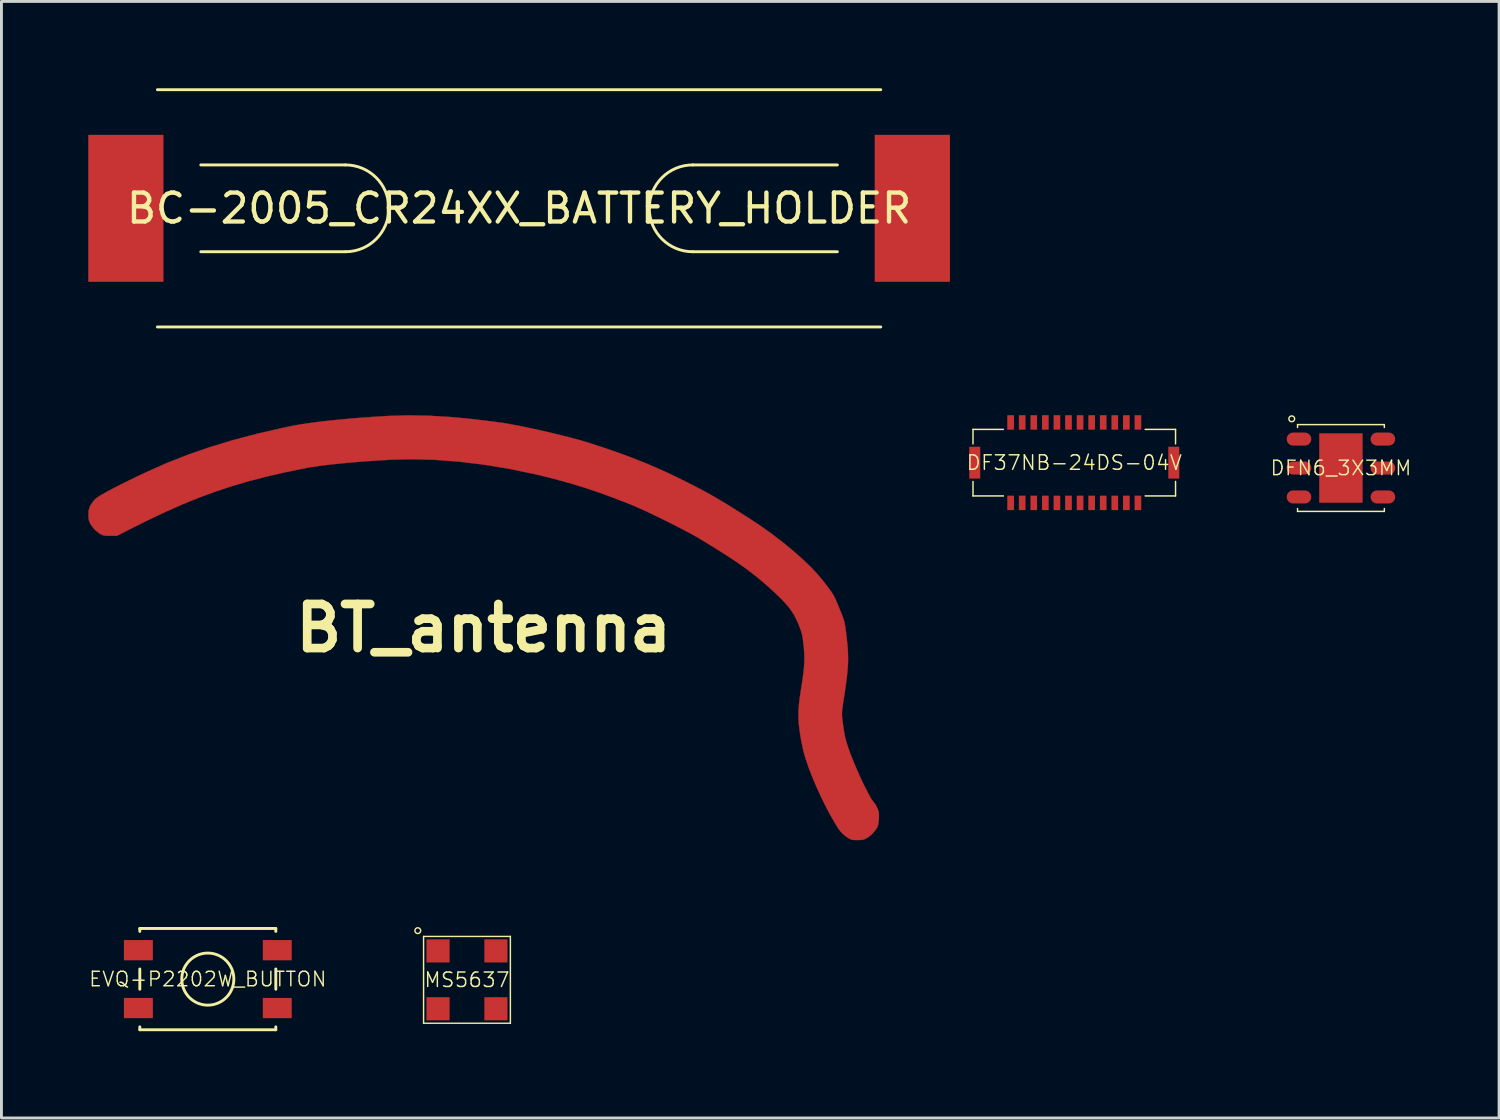
<source format=kicad_pcb>
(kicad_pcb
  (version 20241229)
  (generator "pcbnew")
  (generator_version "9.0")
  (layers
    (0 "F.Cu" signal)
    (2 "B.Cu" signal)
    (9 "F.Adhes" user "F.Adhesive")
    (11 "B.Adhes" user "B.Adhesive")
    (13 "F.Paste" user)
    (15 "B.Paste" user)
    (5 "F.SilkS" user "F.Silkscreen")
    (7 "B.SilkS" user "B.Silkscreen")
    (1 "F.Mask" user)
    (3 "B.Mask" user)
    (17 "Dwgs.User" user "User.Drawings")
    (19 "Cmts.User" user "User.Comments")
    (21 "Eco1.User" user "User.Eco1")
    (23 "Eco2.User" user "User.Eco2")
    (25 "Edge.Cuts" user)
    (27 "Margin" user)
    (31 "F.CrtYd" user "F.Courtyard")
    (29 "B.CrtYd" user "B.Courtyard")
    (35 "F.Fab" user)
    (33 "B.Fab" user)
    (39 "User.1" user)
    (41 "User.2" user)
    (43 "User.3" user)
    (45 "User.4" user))
  (footprint "DF37NB-24DS-04V"
    (layer "F.Cu")
    (at 34.078 12.94)
    (property "Reference" "DF37NB-24DS-04V" (at 0 0 0) (layer "F.SilkS") (effects (font (size 0.5 0.5) (thickness 0.05))))
    (attr smd)
    (fp_line (start -3.5 -1.15) (end -3.5 -0.65) (stroke (width 0.05) (type solid)) (layer "F.SilkS"))
    (fp_line (start -3.5 -1.15) (end -2.45 -1.15) (stroke (width 0.05) (type solid)) (layer "F.SilkS"))
    (fp_line (start -3.5 1.15) (end -3.5 0.65) (stroke (width 0.05) (type solid)) (layer "F.SilkS"))
    (fp_line (start -3.5 1.15) (end -2.45 1.15) (stroke (width 0.05) (type solid)) (layer "F.SilkS"))
    (fp_line (start 3.5 -1.15) (end 2.45 -1.15) (stroke (width 0.05) (type solid)) (layer "F.SilkS"))
    (fp_line (start 3.5 -1.15) (end 3.5 -0.65) (stroke (width 0.05) (type solid)) (layer "F.SilkS"))
    (fp_line (start 3.5 0.65) (end 3.5 1.15) (stroke (width 0.05) (type solid)) (layer "F.SilkS"))
    (fp_line (start 3.5 1.15) (end 2.45 1.15) (stroke (width 0.05) (type solid)) (layer "F.SilkS"))
    (pad "1" smd rect (at -2.2 1.39) (size 0.23 0.5) (layers "F.Cu" "F.Mask" "F.Paste"))
    (pad "2" smd rect (at -1.8 1.39) (size 0.23 0.5) (layers "F.Cu" "F.Mask" "F.Paste"))
    (pad "3" smd rect (at -1.4 1.39) (size 0.23 0.5) (layers "F.Cu" "F.Mask" "F.Paste"))
    (pad "4" smd rect (at -1 1.39) (size 0.23 0.5) (layers "F.Cu" "F.Mask" "F.Paste"))
    (pad "5" smd rect (at -0.6 1.39) (size 0.23 0.5) (layers "F.Cu" "F.Mask" "F.Paste"))
    (pad "6" smd rect (at -0.2 1.39) (size 0.23 0.5) (layers "F.Cu" "F.Mask" "F.Paste"))
    (pad "7" smd rect (at 0.2 1.39) (size 0.23 0.5) (layers "F.Cu" "F.Mask" "F.Paste"))
    (pad "8" smd rect (at 0.6 1.39) (size 0.23 0.5) (layers "F.Cu" "F.Mask" "F.Paste"))
    (pad "9" smd rect (at 1 1.39) (size 0.23 0.5) (layers "F.Cu" "F.Mask" "F.Paste"))
    (pad "10" smd rect (at 1.4 1.39) (size 0.23 0.5) (layers "F.Cu" "F.Mask" "F.Paste"))
    (pad "11" smd rect (at 1.8 1.39) (size 0.23 0.5) (layers "F.Cu" "F.Mask" "F.Paste"))
    (pad "12" smd rect (at 2.2 1.39) (size 0.23 0.5) (layers "F.Cu" "F.Mask" "F.Paste"))
    (pad "13" smd rect (at 2.2 -1.39) (size 0.23 0.5) (layers "F.Cu" "F.Mask" "F.Paste"))
    (pad "14" smd rect (at 1.8 -1.39) (size 0.23 0.5) (layers "F.Cu" "F.Mask" "F.Paste"))
    (pad "15" smd rect (at 1.4 -1.39) (size 0.23 0.5) (layers "F.Cu" "F.Mask" "F.Paste"))
    (pad "16" smd rect (at 1 -1.39) (size 0.23 0.5) (layers "F.Cu" "F.Mask" "F.Paste"))
    (pad "17" smd rect (at 0.6 -1.39) (size 0.23 0.5) (layers "F.Cu" "F.Mask" "F.Paste"))
    (pad "18" smd rect (at 0.2 -1.39) (size 0.23 0.5) (layers "F.Cu" "F.Mask" "F.Paste"))
    (pad "19" smd rect (at -0.2 -1.39) (size 0.23 0.5) (layers "F.Cu" "F.Mask" "F.Paste"))
    (pad "20" smd rect (at -0.6 -1.39) (size 0.23 0.5) (layers "F.Cu" "F.Mask" "F.Paste"))
    (pad "21" smd rect (at -1 -1.39) (size 0.23 0.5) (layers "F.Cu" "F.Mask" "F.Paste"))
    (pad "22" smd rect (at -1.4 -1.39) (size 0.23 0.5) (layers "F.Cu" "F.Mask" "F.Paste"))
    (pad "23" smd rect (at -1.8 -1.39) (size 0.23 0.5) (layers "F.Cu" "F.Mask" "F.Paste"))
    (pad "24" smd rect (at -2.2 -1.39) (size 0.23 0.5) (layers "F.Cu" "F.Mask" "F.Paste"))
    (pad "25" smd rect (at 3.44 0) (size 0.38 1.1) (layers "F.Cu" "F.Mask" "F.Paste"))
    (pad "26" smd rect (at -3.44 0) (size 0.38 1.1) (layers "F.Cu" "F.Mask" "F.Paste")))
  (footprint "BC-2005_CR24XX_BATTERY_HOLDER"
    (layer "F.Cu")
    (at 14.89 4.15)
    (property "Reference" "BC-2005_CR24XX_BATTERY_HOLDER" (at 0 0 0) (layer "F.SilkS") (effects (font (size 1 1) (thickness 0.15))))
    (attr smd)
    (fp_line (start -12.5 -4.1) (end 12.5 -4.1) (stroke (width 0.1) (type solid)) (layer "F.SilkS"))
    (fp_line (start -11 -1.5) (end -6 -1.5) (stroke (width 0.1) (type solid)) (layer "F.SilkS"))
    (fp_line (start -11 1.5) (end -6 1.5) (stroke (width 0.1) (type solid)) (layer "F.SilkS"))
    (fp_line (start 11 -1.5) (end 6 -1.5) (stroke (width 0.1) (type solid)) (layer "F.SilkS"))
    (fp_line (start 11 1.5) (end 6 1.5) (stroke (width 0.1) (type solid)) (layer "F.SilkS"))
    (fp_line (start 12.5 4.1) (end -12.5 4.1) (stroke (width 0.1) (type solid)) (layer "F.SilkS"))
    (fp_arc (start -6 -1.5) (mid -4.93934 -1.06066) (end -4.5 0) (stroke (width 0.1) (type solid)) (layer "F.SilkS"))
    (fp_arc (start -4.5 0) (mid -4.93934 1.06066) (end -6 1.5) (stroke (width 0.1) (type solid)) (layer "F.SilkS"))
    (fp_arc (start 4.5 0) (mid 4.93934 -1.06066) (end 6 -1.5) (stroke (width 0.1) (type solid)) (layer "F.SilkS"))
    (fp_arc (start 6 1.5) (mid 4.93934 1.06066) (end 4.5 0) (stroke (width 0.1) (type solid)) (layer "F.SilkS"))
    (pad "1" smd rect (at -13.59 0) (size 2.6 5.08) (layers "F.Cu" "F.Mask" "F.Paste"))
    (pad "1" smd rect (at 13.59 0) (size 2.6 5.08) (layers "F.Cu" "F.Mask" "F.Paste")))
  (footprint "EVQ-P2202W_BUTTON"
    (layer "F.Cu")
    (at 4.132 30.789)
    (property "Reference" "EVQ-P2202W_BUTTON" (at 0 0 0) (layer "F.SilkS") (effects (font (size 0.5 0.5) (thickness 0.05))))
    (attr smd)
    (fp_line (start -2.35 -1.75) (end -2.35 -1.65) (stroke (width 0.1) (type solid)) (layer "F.SilkS"))
    (fp_line (start -2.35 -0.35) (end -2.35 0.35) (stroke (width 0.1) (type solid)) (layer "F.SilkS"))
    (fp_line (start -2.35 1.65) (end -2.35 1.75) (stroke (width 0.1) (type solid)) (layer "F.SilkS"))
    (fp_line (start -2.35 1.75) (end 2.35 1.75) (stroke (width 0.1) (type solid)) (layer "F.SilkS"))
    (fp_line (start 2.35 -1.75) (end -2.35 -1.75) (stroke (width 0.1) (type solid)) (layer "F.SilkS"))
    (fp_line (start 2.35 -1.75) (end 2.35 -1.65) (stroke (width 0.1) (type solid)) (layer "F.SilkS"))
    (fp_line (start 2.35 -0.35) (end 2.35 0.35) (stroke (width 0.1) (type solid)) (layer "F.SilkS"))
    (fp_line (start 2.35 1.75) (end 2.35 1.65) (stroke (width 0.1) (type solid)) (layer "F.SilkS"))
    (fp_circle (center 0 0) (end 0.9 0) (stroke (width 0.1) (type solid)) (fill no) (layer "F.SilkS"))
    (pad "1" smd rect (at -2.4 -1) (size 1 0.7) (layers "F.Cu" "F.Mask" "F.Paste"))
    (pad "1" smd rect (at 2.4 -1) (size 1 0.7) (layers "F.Cu" "F.Mask" "F.Paste"))
    (pad "2" smd rect (at -2.4 1) (size 1 0.7) (layers "F.Cu" "F.Mask" "F.Paste"))
    (pad "2" smd rect (at 2.4 1) (size 1 0.7) (layers "F.Cu" "F.Mask" "F.Paste")))
  (footprint "MS5637"
    (layer "F.Cu")
    (at 13.089 30.814)
    (property "Reference" "MS5637" (at 0 0 0) (layer "F.SilkS") (effects (font (size 0.5 0.5) (thickness 0.05))))
    (attr smd)
    (fp_line (start -1.5 -1.5) (end 1.5 -1.5) (stroke (width 0.05) (type solid)) (layer "F.SilkS"))
    (fp_line (start -1.5 1.5) (end -1.5 -1.5) (stroke (width 0.05) (type solid)) (layer "F.SilkS"))
    (fp_line (start 1.5 -1.5) (end 1.5 1.5) (stroke (width 0.05) (type solid)) (layer "F.SilkS"))
    (fp_line (start 1.5 1.5) (end -1.5 1.5) (stroke (width 0.05) (type solid)) (layer "F.SilkS"))
    (fp_circle (center -1.7 -1.7) (end -1.7 -1.6) (stroke (width 0.05) (type solid)) (fill no) (layer "F.SilkS"))
    (pad "1" smd rect (at -1 -1) (size 0.8 0.8) (layers "F.Cu" "F.Mask" "F.Paste"))
    (pad "2" smd rect (at -1 1) (size 0.8 0.8) (layers "F.Cu" "F.Mask" "F.Paste"))
    (pad "3" smd rect (at 1 1) (size 0.8 0.8) (layers "F.Cu" "F.Mask" "F.Paste"))
    (pad "4" smd rect (at 1 -1) (size 0.8 0.8) (layers "F.Cu" "F.Mask" "F.Paste")))
  (footprint "BT_antenna"
    (layer "F.Cu")
    (at 13.664 18.658)
    (property "Reference" "BT_antenna" (at 0 0 0) (layer "F.SilkS") (effects (font (size 1.524 1.524) (thickness 0.3))))
    (attr through_hole)
    (fp_poly (pts (xy -1.915 -7.341) (xy -1.2 -7.3) (xy -0.438 -7.23) (xy 0.372 -7.132) (xy 0.657 -7.093) (xy 0.866 -7.059) (xy 1.118 -7.012) (xy 1.404 -6.955) (xy 1.713 -6.889) (xy 2.035 -6.818) (xy 2.359 -6.743) (xy 2.676 -6.666) (xy 2.974 -6.591) (xy 3.245 -6.519) (xy 3.477 -6.453) (xy 3.588 -6.419) (xy 4.147 -6.237) (xy 4.662 -6.059) (xy 5.142 -5.882) (xy 5.598 -5.701) (xy 6.04 -5.512) (xy 6.479 -5.311) (xy 6.926 -5.093) (xy 7.02 -5.046) (xy 7.25 -4.929) (xy 7.456 -4.822) (xy 7.646 -4.721) (xy 7.828 -4.621) (xy 8.01 -4.517) (xy 8.2 -4.405) (xy 8.406 -4.28) (xy 8.636 -4.137) (xy 8.898 -3.972) (xy 9.151 -3.812) (xy 9.544 -3.552) (xy 9.928 -3.28) (xy 10.298 -2.999) (xy 10.647 -2.715) (xy 10.97 -2.433) (xy 11.261 -2.158) (xy 11.513 -1.895) (xy 11.72 -1.649) (xy 11.731 -1.635) (xy 11.853 -1.477) (xy 11.946 -1.353) (xy 12.018 -1.253) (xy 12.074 -1.167) (xy 12.121 -1.084) (xy 12.164 -0.995) (xy 12.21 -0.89) (xy 12.265 -0.757) (xy 12.281 -0.716) (xy 12.349 -0.551) (xy 12.4 -0.421) (xy 12.438 -0.315) (xy 12.466 -0.218) (xy 12.488 -0.12) (xy 12.506 -0.006) (xy 12.525 0.136) (xy 12.546 0.319) (xy 12.55 0.351) (xy 12.573 0.571) (xy 12.589 0.772) (xy 12.596 0.963) (xy 12.596 1.154) (xy 12.586 1.355) (xy 12.567 1.573) (xy 12.538 1.818) (xy 12.5 2.1) (xy 12.45 2.427) (xy 12.447 2.444) (xy 12.419 2.626) (xy 12.4 2.764) (xy 12.389 2.872) (xy 12.385 2.963) (xy 12.387 3.048) (xy 12.396 3.141) (xy 12.405 3.217) (xy 12.427 3.377) (xy 12.454 3.553) (xy 12.483 3.714) (xy 12.491 3.754) (xy 12.535 3.927) (xy 12.604 4.14) (xy 12.692 4.383) (xy 12.797 4.646) (xy 12.914 4.921) (xy 13.039 5.199) (xy 13.169 5.47) (xy 13.299 5.724) (xy 13.426 5.953) (xy 13.435 5.968) (xy 13.65 6.336) (xy 13.65 6.575) (xy 13.648 6.696) (xy 13.64 6.78) (xy 13.621 6.846) (xy 13.587 6.913) (xy 13.554 6.965) (xy 13.438 7.107) (xy 13.306 7.217) (xy 13.215 7.273) (xy 13.138 7.305) (xy 13.05 7.32) (xy 12.954 7.326) (xy 12.845 7.325) (xy 12.751 7.318) (xy 12.692 7.305) (xy 12.54 7.218) (xy 12.394 7.093) (xy 12.274 6.949) (xy 12.272 6.946) (xy 12.118 6.699) (xy 11.959 6.419) (xy 11.799 6.113) (xy 11.643 5.792) (xy 11.494 5.465) (xy 11.358 5.141) (xy 11.237 4.829) (xy 11.137 4.54) (xy 11.061 4.283) (xy 11.028 4.142) (xy 10.967 3.832) (xy 10.923 3.563) (xy 10.894 3.322) (xy 10.88 3.097) (xy 10.882 2.875) (xy 10.898 2.643) (xy 10.928 2.39) (xy 10.967 2.135) (xy 11.013 1.842) (xy 11.047 1.592) (xy 11.071 1.377) (xy 11.083 1.186) (xy 11.086 1.008) (xy 11.08 0.833) (xy 11.065 0.651) (xy 11.059 0.597) (xy 11.039 0.427) (xy 11.02 0.297) (xy 10.998 0.189) (xy 10.967 0.086) (xy 10.925 -0.027) (xy 10.877 -0.147) (xy 10.797 -0.324) (xy 10.711 -0.484) (xy 10.612 -0.636) (xy 10.493 -0.788) (xy 10.348 -0.948) (xy 10.17 -1.125) (xy 9.967 -1.314) (xy 9.773 -1.488) (xy 9.586 -1.65) (xy 9.401 -1.802) (xy 9.21 -1.951) (xy 9.009 -2.099) (xy 8.791 -2.252) (xy 8.55 -2.413) (xy 8.28 -2.588) (xy 7.975 -2.779) (xy 7.629 -2.993) (xy 7.523 -3.058) (xy 7.362 -3.152) (xy 7.159 -3.264) (xy 6.924 -3.389) (xy 6.666 -3.523) (xy 6.394 -3.66) (xy 6.118 -3.797) (xy 5.848 -3.928) (xy 5.593 -4.048) (xy 5.362 -4.154) (xy 5.164 -4.24) (xy 5.086 -4.272) (xy 4.529 -4.489) (xy 4.007 -4.68) (xy 3.505 -4.849) (xy 3.01 -5.001) (xy 2.508 -5.14) (xy 1.987 -5.271) (xy 1.774 -5.32) (xy 0.883 -5.506) (xy 0.004 -5.65) (xy -0.857 -5.754) (xy -1.695 -5.817) (xy -2.506 -5.837) (xy -3.206 -5.82) (xy -3.656 -5.794) (xy -4.099 -5.764) (xy -4.527 -5.729) (xy -4.935 -5.691) (xy -5.315 -5.651) (xy -5.66 -5.608) (xy -5.963 -5.564) (xy -6.217 -5.519) (xy -6.217 -5.519) (xy -6.896 -5.378) (xy -7.531 -5.23) (xy -8.132 -5.074) (xy -8.71 -4.904) (xy -9.273 -4.717) (xy -9.832 -4.511) (xy -10.396 -4.282) (xy -10.976 -4.026) (xy -11.579 -3.74) (xy -12.127 -3.468) (xy -12.672 -3.191) (xy -12.91 -3.19) (xy -13.03 -3.191) (xy -13.113 -3.199) (xy -13.178 -3.217) (xy -13.245 -3.252) (xy -13.297 -3.285) (xy -13.439 -3.402) (xy -13.547 -3.535) (xy -13.606 -3.632) (xy -13.639 -3.717) (xy -13.655 -3.818) (xy -13.659 -3.88) (xy -13.651 -4.062) (xy -13.599 -4.223) (xy -13.499 -4.375) (xy -13.425 -4.456) (xy -13.351 -4.516) (xy -13.226 -4.596) (xy -13.051 -4.696) (xy -12.828 -4.816) (xy -12.558 -4.954) (xy -12.242 -5.111) (xy -11.881 -5.285) (xy -11.678 -5.381) (xy -10.968 -5.698) (xy -10.232 -5.988) (xy -9.465 -6.254) (xy -8.661 -6.498) (xy -7.816 -6.721) (xy -6.924 -6.925) (xy -6.648 -6.982) (xy -6.367 -7.034) (xy -6.037 -7.084) (xy -5.664 -7.133) (xy -5.256 -7.179) (xy -4.817 -7.222) (xy -4.356 -7.262) (xy -3.879 -7.297) (xy -3.392 -7.327) (xy -3.208 -7.337) (xy -2.584 -7.353) (xy -1.915 -7.341)) (stroke (width 0.01) (type solid)) (fill yes) (layer "F.Cu"))
    (pad "1" smd circle (at 12.9 6.5) (size 1.524 1.524) (layers "F.Cu")))
  (footprint "DFN6_3X3MM"
    (layer "F.Cu")
    (at 43.294 13.125)
    (property "Reference" "DFN6_3X3MM" (at 0 0 0) (layer "F.SilkS") (effects (font (size 0.5 0.5) (thickness 0.05))))
    (attr through_hole)
    (fp_line (start -1.5 -1.5) (end 1.5 -1.5) (stroke (width 0.05) (type solid)) (layer "F.SilkS"))
    (fp_line (start -1.5 -1.4) (end -1.5 -1.5) (stroke (width 0.05) (type solid)) (layer "F.SilkS"))
    (fp_line (start -1.5 1.5) (end -1.5 1.4) (stroke (width 0.05) (type solid)) (layer "F.SilkS"))
    (fp_line (start 1.5 -1.5) (end 1.5 -1.4) (stroke (width 0.05) (type solid)) (layer "F.SilkS"))
    (fp_line (start 1.5 1.4) (end 1.5 1.5) (stroke (width 0.05) (type solid)) (layer "F.SilkS"))
    (fp_line (start 1.5 1.5) (end -1.5 1.5) (stroke (width 0.05) (type solid)) (layer "F.SilkS"))
    (fp_circle (center -1.7 -1.7) (end -1.7 -1.6) (stroke (width 0.05) (type solid)) (fill no) (layer "F.SilkS"))
    (pad "" smd rect (at 0 -0.7) (size 0.8 0.8) (layers "F.Paste"))
    (pad "" smd rect (at 0 0.7) (size 0.8 0.8) (layers "F.Paste"))
    (pad "1" smd oval (at -1.45 -1) (size 0.85 0.45) (layers "F.Cu" "F.Mask" "F.Paste"))
    (pad "2" smd oval (at -1.45 0) (size 0.85 0.45) (layers "F.Cu" "F.Mask" "F.Paste"))
    (pad "3" smd oval (at -1.45 1) (size 0.85 0.45) (layers "F.Cu" "F.Mask" "F.Paste"))
    (pad "4" smd oval (at 1.45 1) (size 0.85 0.45) (layers "F.Cu" "F.Mask" "F.Paste"))
    (pad "5" smd oval (at 1.45 0) (size 0.85 0.45) (layers "F.Cu" "F.Mask" "F.Paste"))
    (pad "6" smd oval (at 1.45 -1) (size 0.85 0.45) (layers "F.Cu" "F.Mask" "F.Paste"))
    (pad "7" smd rect (at 0 0) (size 1.5 2.4) (layers "F.Cu" "F.Mask")))
  (gr_rect
    (start -3 -3)
    (end 48.76 35.589)
    (stroke (width 0.1) (type default))
    (fill no)
    (layer "Edge.Cuts")))
</source>
